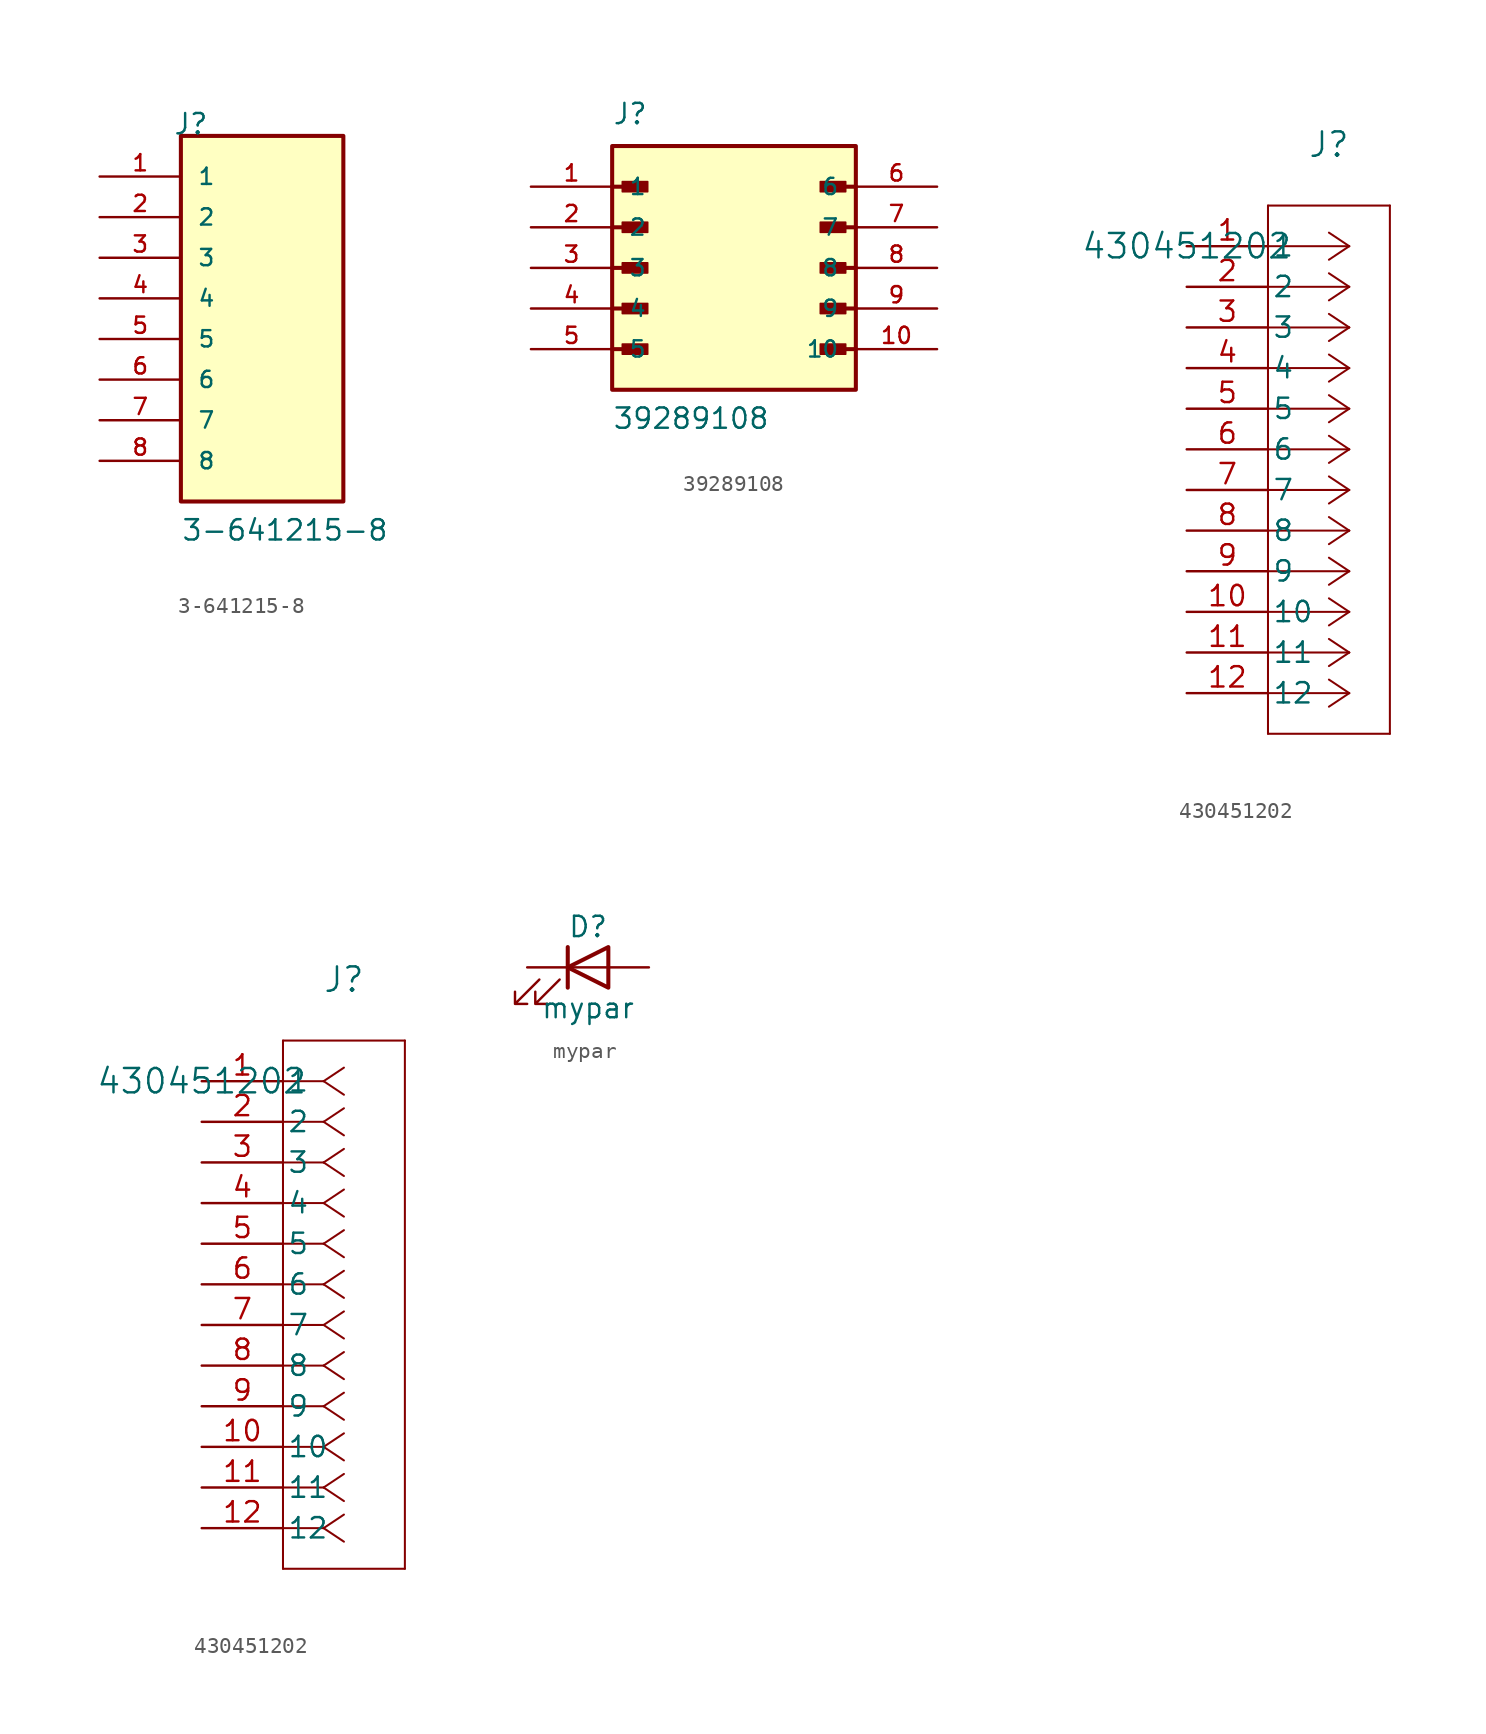
<source format=kicad_sym>
(kicad_symbol_lib
  (version 20241209)
  (generator "kicad_symbol_editor")
  (generator_version "9.0")
  (symbol "3-641215-8"
    (pin_names
      (offset 1.016))
    (property "Reference" "J"
      (at -5.58 12.7 0)
      (effects (font (size 1.27 1.27)) (justify left bottom)))
    (property "Value" "3-641215-8"
      (at -5.08 -12.7 0)
      (effects (font (size 1.27 1.27)) (justify left bottom)))
    (symbol "3-641215-8_0_0"
      (rectangle (start -5.08 -10.16) (end 5.08 12.7) (stroke (width 0.254) (type default)) (fill (type background)))
      (pin passive line (at -10.16 10.16 0) (length 5.08) (name "1" (effects (font (size 1.016 1.016)))) (number "1" (effects (font (size 1.016 1.016)))))
      (pin passive line (at -10.16 7.62 0) (length 5.08) (name "2" (effects (font (size 1.016 1.016)))) (number "2" (effects (font (size 1.016 1.016)))))
      (pin passive line (at -10.16 5.08 0) (length 5.08) (name "3" (effects (font (size 1.016 1.016)))) (number "3" (effects (font (size 1.016 1.016)))))
      (pin passive line (at -10.16 2.54 0) (length 5.08) (name "4" (effects (font (size 1.016 1.016)))) (number "4" (effects (font (size 1.016 1.016)))))
      (pin passive line (at -10.16 0 0) (length 5.08) (name "5" (effects (font (size 1.016 1.016)))) (number "5" (effects (font (size 1.016 1.016)))))
      (pin passive line (at -10.16 -2.54 0) (length 5.08) (name "6" (effects (font (size 1.016 1.016)))) (number "6" (effects (font (size 1.016 1.016)))))
      (pin passive line (at -10.16 -5.08 0) (length 5.08) (name "7" (effects (font (size 1.016 1.016)))) (number "7" (effects (font (size 1.016 1.016)))))
      (pin passive line (at -10.16 -7.62 0) (length 5.08) (name "8" (effects (font (size 1.016 1.016)))) (number "8" (effects (font (size 1.016 1.016)))))))
  (symbol "39289108"
    (pin_names
      (offset 1.016))
    (property "Reference" "J"
      (at -7.62 8.89 0)
      (effects (font (size 1.27 1.27)) (justify left bottom)))
    (property "Value" "39289108"
      (at -7.62 -10.16 0)
      (effects (font (size 1.27 1.27)) (justify left bottom)))
    (symbol "39289108_0_0"
      (polyline (pts (xy -7.62 5.08) (xy -5.715 5.08)) (stroke (width 0.254) (type default)) (fill (type none)))
      (polyline (pts (xy -7.62 2.54) (xy -5.715 2.54)) (stroke (width 0.254) (type default)) (fill (type none)))
      (polyline (pts (xy -7.62 0) (xy -5.715 0)) (stroke (width 0.254) (type default)) (fill (type none)))
      (polyline (pts (xy -7.62 -2.54) (xy -5.715 -2.54)) (stroke (width 0.254) (type default)) (fill (type none)))
      (polyline (pts (xy -7.62 -5.08) (xy -5.715 -5.08)) (stroke (width 0.254) (type default)) (fill (type none)))
      (rectangle (start -7.62 -7.62) (end 7.62 7.62) (stroke (width 0.254) (type default)) (fill (type background)))
      (rectangle (start -6.985 4.763) (end -5.397 5.397) (stroke (width 0.1) (type default)) (fill (type outline)))
      (rectangle (start -6.985 2.223) (end -5.397 2.857) (stroke (width 0.1) (type default)) (fill (type outline)))
      (rectangle (start -6.985 -0.318) (end -5.397 0.318) (stroke (width 0.1) (type default)) (fill (type outline)))
      (rectangle (start -6.985 -2.857) (end -5.397 -2.223) (stroke (width 0.1) (type default)) (fill (type outline)))
      (rectangle (start -6.985 -5.397) (end -5.397 -4.763) (stroke (width 0.1) (type default)) (fill (type outline)))
      (rectangle (start 5.397 4.763) (end 6.985 5.397) (stroke (width 0.1) (type default)) (fill (type outline)))
      (rectangle (start 5.397 2.223) (end 6.985 2.857) (stroke (width 0.1) (type default)) (fill (type outline)))
      (rectangle (start 5.397 -0.318) (end 6.985 0.318) (stroke (width 0.1) (type default)) (fill (type outline)))
      (rectangle (start 5.397 -2.857) (end 6.985 -2.223) (stroke (width 0.1) (type default)) (fill (type outline)))
      (rectangle (start 5.397 -5.397) (end 6.985 -4.763) (stroke (width 0.1) (type default)) (fill (type outline)))
      (polyline (pts (xy 7.62 5.08) (xy 5.715 5.08)) (stroke (width 0.254) (type default)) (fill (type none)))
      (polyline (pts (xy 7.62 2.54) (xy 5.715 2.54)) (stroke (width 0.254) (type default)) (fill (type none)))
      (polyline (pts (xy 7.62 0) (xy 5.715 0)) (stroke (width 0.254) (type default)) (fill (type none)))
      (polyline (pts (xy 7.62 -2.54) (xy 5.715 -2.54)) (stroke (width 0.254) (type default)) (fill (type none)))
      (polyline (pts (xy 7.62 -5.08) (xy 5.715 -5.08)) (stroke (width 0.254) (type default)) (fill (type none)))
      (pin passive line (at -12.7 5.08 0) (length 5.08) (name "1" (effects (font (size 1.016 1.016)))) (number "1" (effects (font (size 1.016 1.016)))))
      (pin passive line (at -12.7 2.54 0) (length 5.08) (name "2" (effects (font (size 1.016 1.016)))) (number "2" (effects (font (size 1.016 1.016)))))
      (pin passive line (at -12.7 0 0) (length 5.08) (name "3" (effects (font (size 1.016 1.016)))) (number "3" (effects (font (size 1.016 1.016)))))
      (pin passive line (at -12.7 -2.54 0) (length 5.08) (name "4" (effects (font (size 1.016 1.016)))) (number "4" (effects (font (size 1.016 1.016)))))
      (pin passive line (at -12.7 -5.08 0) (length 5.08) (name "5" (effects (font (size 1.016 1.016)))) (number "5" (effects (font (size 1.016 1.016)))))
      (pin passive line (at 12.7 5.08 180) (length 5.08) (name "6" (effects (font (size 1.016 1.016)))) (number "6" (effects (font (size 1.016 1.016)))))
      (pin passive line (at 12.7 2.54 180) (length 5.08) (name "7" (effects (font (size 1.016 1.016)))) (number "7" (effects (font (size 1.016 1.016)))))
      (pin passive line (at 12.7 0 180) (length 5.08) (name "8" (effects (font (size 1.016 1.016)))) (number "8" (effects (font (size 1.016 1.016)))))
      (pin passive line (at 12.7 -2.54 180) (length 5.08) (name "9" (effects (font (size 1.016 1.016)))) (number "9" (effects (font (size 1.016 1.016)))))
      (pin passive line (at 12.7 -5.08 180) (length 5.08) (name "10" (effects (font (size 1.016 1.016)))) (number "10" (effects (font (size 1.016 1.016)))))))
  (symbol "430451202"
    (pin_names
      (offset 0.254))
    (property "Reference" "J"
      (at 8.89 6.35 0)
      (effects (font (size 1.524 1.524))))
    (property "Value" "430451202"
      (at 0 0 0)
      (effects (font (size 1.524 1.524))))
    (symbol "430451202_1_1"
      (polyline (pts (xy 5.08 2.54) (xy 5.08 -30.48)) (stroke (width 0.127) (type default)) (fill (type none)))
      (polyline (pts (xy 5.08 -30.48) (xy 12.7 -30.48)) (stroke (width 0.127) (type default)) (fill (type none)))
      (polyline (pts (xy 10.16 0) (xy 5.08 0)) (stroke (width 0.127) (type default)) (fill (type none)))
      (polyline (pts (xy 10.16 0) (xy 8.89 0.847)) (stroke (width 0.127) (type default)) (fill (type none)))
      (polyline (pts (xy 10.16 0) (xy 8.89 -0.847)) (stroke (width 0.127) (type default)) (fill (type none)))
      (polyline (pts (xy 10.16 -2.54) (xy 5.08 -2.54)) (stroke (width 0.127) (type default)) (fill (type none)))
      (polyline (pts (xy 10.16 -2.54) (xy 8.89 -1.693)) (stroke (width 0.127) (type default)) (fill (type none)))
      (polyline (pts (xy 10.16 -2.54) (xy 8.89 -3.387)) (stroke (width 0.127) (type default)) (fill (type none)))
      (polyline (pts (xy 10.16 -5.08) (xy 5.08 -5.08)) (stroke (width 0.127) (type default)) (fill (type none)))
      (polyline (pts (xy 10.16 -5.08) (xy 8.89 -4.233)) (stroke (width 0.127) (type default)) (fill (type none)))
      (polyline (pts (xy 10.16 -5.08) (xy 8.89 -5.927)) (stroke (width 0.127) (type default)) (fill (type none)))
      (polyline (pts (xy 10.16 -7.62) (xy 5.08 -7.62)) (stroke (width 0.127) (type default)) (fill (type none)))
      (polyline (pts (xy 10.16 -7.62) (xy 8.89 -6.773)) (stroke (width 0.127) (type default)) (fill (type none)))
      (polyline (pts (xy 10.16 -7.62) (xy 8.89 -8.467)) (stroke (width 0.127) (type default)) (fill (type none)))
      (polyline (pts (xy 10.16 -10.16) (xy 5.08 -10.16)) (stroke (width 0.127) (type default)) (fill (type none)))
      (polyline (pts (xy 10.16 -10.16) (xy 8.89 -9.313)) (stroke (width 0.127) (type default)) (fill (type none)))
      (polyline (pts (xy 10.16 -10.16) (xy 8.89 -11.007)) (stroke (width 0.127) (type default)) (fill (type none)))
      (polyline (pts (xy 10.16 -12.7) (xy 5.08 -12.7)) (stroke (width 0.127) (type default)) (fill (type none)))
      (polyline (pts (xy 10.16 -12.7) (xy 8.89 -11.853)) (stroke (width 0.127) (type default)) (fill (type none)))
      (polyline (pts (xy 10.16 -12.7) (xy 8.89 -13.547)) (stroke (width 0.127) (type default)) (fill (type none)))
      (polyline (pts (xy 10.16 -15.24) (xy 5.08 -15.24)) (stroke (width 0.127) (type default)) (fill (type none)))
      (polyline (pts (xy 10.16 -15.24) (xy 8.89 -14.393)) (stroke (width 0.127) (type default)) (fill (type none)))
      (polyline (pts (xy 10.16 -15.24) (xy 8.89 -16.087)) (stroke (width 0.127) (type default)) (fill (type none)))
      (polyline (pts (xy 10.16 -17.78) (xy 5.08 -17.78)) (stroke (width 0.127) (type default)) (fill (type none)))
      (polyline (pts (xy 10.16 -17.78) (xy 8.89 -16.933)) (stroke (width 0.127) (type default)) (fill (type none)))
      (polyline (pts (xy 10.16 -17.78) (xy 8.89 -18.627)) (stroke (width 0.127) (type default)) (fill (type none)))
      (polyline (pts (xy 10.16 -20.32) (xy 5.08 -20.32)) (stroke (width 0.127) (type default)) (fill (type none)))
      (polyline (pts (xy 10.16 -20.32) (xy 8.89 -19.473)) (stroke (width 0.127) (type default)) (fill (type none)))
      (polyline (pts (xy 10.16 -20.32) (xy 8.89 -21.167)) (stroke (width 0.127) (type default)) (fill (type none)))
      (polyline (pts (xy 10.16 -22.86) (xy 5.08 -22.86)) (stroke (width 0.127) (type default)) (fill (type none)))
      (polyline (pts (xy 10.16 -22.86) (xy 8.89 -22.013)) (stroke (width 0.127) (type default)) (fill (type none)))
      (polyline (pts (xy 10.16 -22.86) (xy 8.89 -23.707)) (stroke (width 0.127) (type default)) (fill (type none)))
      (polyline (pts (xy 10.16 -25.4) (xy 5.08 -25.4)) (stroke (width 0.127) (type default)) (fill (type none)))
      (polyline (pts (xy 10.16 -25.4) (xy 8.89 -24.553)) (stroke (width 0.127) (type default)) (fill (type none)))
      (polyline (pts (xy 10.16 -25.4) (xy 8.89 -26.247)) (stroke (width 0.127) (type default)) (fill (type none)))
      (polyline (pts (xy 10.16 -27.94) (xy 5.08 -27.94)) (stroke (width 0.127) (type default)) (fill (type none)))
      (polyline (pts (xy 10.16 -27.94) (xy 8.89 -27.093)) (stroke (width 0.127) (type default)) (fill (type none)))
      (polyline (pts (xy 10.16 -27.94) (xy 8.89 -28.787)) (stroke (width 0.127) (type default)) (fill (type none)))
      (polyline (pts (xy 12.7 2.54) (xy 5.08 2.54)) (stroke (width 0.127) (type default)) (fill (type none)))
      (polyline (pts (xy 12.7 -30.48) (xy 12.7 2.54)) (stroke (width 0.127) (type default)) (fill (type none)))
      (pin unspecified line (at 0 0 0) (length 5.08) (name "1" (effects (font (size 1.27 1.27)))) (number "1" (effects (font (size 1.27 1.27)))))
      (pin unspecified line (at 0 -2.54 0) (length 5.08) (name "2" (effects (font (size 1.27 1.27)))) (number "2" (effects (font (size 1.27 1.27)))))
      (pin unspecified line (at 0 -5.08 0) (length 5.08) (name "3" (effects (font (size 1.27 1.27)))) (number "3" (effects (font (size 1.27 1.27)))))
      (pin unspecified line (at 0 -7.62 0) (length 5.08) (name "4" (effects (font (size 1.27 1.27)))) (number "4" (effects (font (size 1.27 1.27)))))
      (pin unspecified line (at 0 -10.16 0) (length 5.08) (name "5" (effects (font (size 1.27 1.27)))) (number "5" (effects (font (size 1.27 1.27)))))
      (pin unspecified line (at 0 -12.7 0) (length 5.08) (name "6" (effects (font (size 1.27 1.27)))) (number "6" (effects (font (size 1.27 1.27)))))
      (pin unspecified line (at 0 -15.24 0) (length 5.08) (name "7" (effects (font (size 1.27 1.27)))) (number "7" (effects (font (size 1.27 1.27)))))
      (pin unspecified line (at 0 -17.78 0) (length 5.08) (name "8" (effects (font (size 1.27 1.27)))) (number "8" (effects (font (size 1.27 1.27)))))
      (pin unspecified line (at 0 -20.32 0) (length 5.08) (name "9" (effects (font (size 1.27 1.27)))) (number "9" (effects (font (size 1.27 1.27)))))
      (pin unspecified line (at 0 -22.86 0) (length 5.08) (name "10" (effects (font (size 1.27 1.27)))) (number "10" (effects (font (size 1.27 1.27)))))
      (pin unspecified line (at 0 -25.4 0) (length 5.08) (name "11" (effects (font (size 1.27 1.27)))) (number "11" (effects (font (size 1.27 1.27)))))
      (pin unspecified line (at 0 -27.94 0) (length 5.08) (name "12" (effects (font (size 1.27 1.27)))) (number "12" (effects (font (size 1.27 1.27))))))
    (symbol "430451202_1_2"
      (polyline (pts (xy 5.08 2.54) (xy 5.08 -30.48)) (stroke (width 0.127) (type default)) (fill (type none)))
      (polyline (pts (xy 5.08 -30.48) (xy 12.7 -30.48)) (stroke (width 0.127) (type default)) (fill (type none)))
      (polyline (pts (xy 7.62 0) (xy 5.08 0)) (stroke (width 0.127) (type default)) (fill (type none)))
      (polyline (pts (xy 7.62 0) (xy 8.89 0.847)) (stroke (width 0.127) (type default)) (fill (type none)))
      (polyline (pts (xy 7.62 0) (xy 8.89 -0.847)) (stroke (width 0.127) (type default)) (fill (type none)))
      (polyline (pts (xy 7.62 -2.54) (xy 5.08 -2.54)) (stroke (width 0.127) (type default)) (fill (type none)))
      (polyline (pts (xy 7.62 -2.54) (xy 8.89 -1.693)) (stroke (width 0.127) (type default)) (fill (type none)))
      (polyline (pts (xy 7.62 -2.54) (xy 8.89 -3.387)) (stroke (width 0.127) (type default)) (fill (type none)))
      (polyline (pts (xy 7.62 -5.08) (xy 5.08 -5.08)) (stroke (width 0.127) (type default)) (fill (type none)))
      (polyline (pts (xy 7.62 -5.08) (xy 8.89 -4.233)) (stroke (width 0.127) (type default)) (fill (type none)))
      (polyline (pts (xy 7.62 -5.08) (xy 8.89 -5.927)) (stroke (width 0.127) (type default)) (fill (type none)))
      (polyline (pts (xy 7.62 -7.62) (xy 5.08 -7.62)) (stroke (width 0.127) (type default)) (fill (type none)))
      (polyline (pts (xy 7.62 -7.62) (xy 8.89 -6.773)) (stroke (width 0.127) (type default)) (fill (type none)))
      (polyline (pts (xy 7.62 -7.62) (xy 8.89 -8.467)) (stroke (width 0.127) (type default)) (fill (type none)))
      (polyline (pts (xy 7.62 -10.16) (xy 5.08 -10.16)) (stroke (width 0.127) (type default)) (fill (type none)))
      (polyline (pts (xy 7.62 -10.16) (xy 8.89 -9.313)) (stroke (width 0.127) (type default)) (fill (type none)))
      (polyline (pts (xy 7.62 -10.16) (xy 8.89 -11.007)) (stroke (width 0.127) (type default)) (fill (type none)))
      (polyline (pts (xy 7.62 -12.7) (xy 5.08 -12.7)) (stroke (width 0.127) (type default)) (fill (type none)))
      (polyline (pts (xy 7.62 -12.7) (xy 8.89 -11.853)) (stroke (width 0.127) (type default)) (fill (type none)))
      (polyline (pts (xy 7.62 -12.7) (xy 8.89 -13.547)) (stroke (width 0.127) (type default)) (fill (type none)))
      (polyline (pts (xy 7.62 -15.24) (xy 5.08 -15.24)) (stroke (width 0.127) (type default)) (fill (type none)))
      (polyline (pts (xy 7.62 -15.24) (xy 8.89 -14.393)) (stroke (width 0.127) (type default)) (fill (type none)))
      (polyline (pts (xy 7.62 -15.24) (xy 8.89 -16.087)) (stroke (width 0.127) (type default)) (fill (type none)))
      (polyline (pts (xy 7.62 -17.78) (xy 5.08 -17.78)) (stroke (width 0.127) (type default)) (fill (type none)))
      (polyline (pts (xy 7.62 -17.78) (xy 8.89 -16.933)) (stroke (width 0.127) (type default)) (fill (type none)))
      (polyline (pts (xy 7.62 -17.78) (xy 8.89 -18.627)) (stroke (width 0.127) (type default)) (fill (type none)))
      (polyline (pts (xy 7.62 -20.32) (xy 5.08 -20.32)) (stroke (width 0.127) (type default)) (fill (type none)))
      (polyline (pts (xy 7.62 -20.32) (xy 8.89 -19.473)) (stroke (width 0.127) (type default)) (fill (type none)))
      (polyline (pts (xy 7.62 -20.32) (xy 8.89 -21.167)) (stroke (width 0.127) (type default)) (fill (type none)))
      (polyline (pts (xy 7.62 -22.86) (xy 5.08 -22.86)) (stroke (width 0.127) (type default)) (fill (type none)))
      (polyline (pts (xy 7.62 -22.86) (xy 8.89 -22.013)) (stroke (width 0.127) (type default)) (fill (type none)))
      (polyline (pts (xy 7.62 -22.86) (xy 8.89 -23.707)) (stroke (width 0.127) (type default)) (fill (type none)))
      (polyline (pts (xy 7.62 -25.4) (xy 5.08 -25.4)) (stroke (width 0.127) (type default)) (fill (type none)))
      (polyline (pts (xy 7.62 -25.4) (xy 8.89 -24.553)) (stroke (width 0.127) (type default)) (fill (type none)))
      (polyline (pts (xy 7.62 -25.4) (xy 8.89 -26.247)) (stroke (width 0.127) (type default)) (fill (type none)))
      (polyline (pts (xy 7.62 -27.94) (xy 5.08 -27.94)) (stroke (width 0.127) (type default)) (fill (type none)))
      (polyline (pts (xy 7.62 -27.94) (xy 8.89 -27.093)) (stroke (width 0.127) (type default)) (fill (type none)))
      (polyline (pts (xy 7.62 -27.94) (xy 8.89 -28.787)) (stroke (width 0.127) (type default)) (fill (type none)))
      (polyline (pts (xy 12.7 2.54) (xy 5.08 2.54)) (stroke (width 0.127) (type default)) (fill (type none)))
      (polyline (pts (xy 12.7 -30.48) (xy 12.7 2.54)) (stroke (width 0.127) (type default)) (fill (type none)))
      (pin unspecified line (at 0 0 0) (length 5.08) (name "1" (effects (font (size 1.27 1.27)))) (number "1" (effects (font (size 1.27 1.27)))))
      (pin unspecified line (at 0 -2.54 0) (length 5.08) (name "2" (effects (font (size 1.27 1.27)))) (number "2" (effects (font (size 1.27 1.27)))))
      (pin unspecified line (at 0 -5.08 0) (length 5.08) (name "3" (effects (font (size 1.27 1.27)))) (number "3" (effects (font (size 1.27 1.27)))))
      (pin unspecified line (at 0 -7.62 0) (length 5.08) (name "4" (effects (font (size 1.27 1.27)))) (number "4" (effects (font (size 1.27 1.27)))))
      (pin unspecified line (at 0 -10.16 0) (length 5.08) (name "5" (effects (font (size 1.27 1.27)))) (number "5" (effects (font (size 1.27 1.27)))))
      (pin unspecified line (at 0 -12.7 0) (length 5.08) (name "6" (effects (font (size 1.27 1.27)))) (number "6" (effects (font (size 1.27 1.27)))))
      (pin unspecified line (at 0 -15.24 0) (length 5.08) (name "7" (effects (font (size 1.27 1.27)))) (number "7" (effects (font (size 1.27 1.27)))))
      (pin unspecified line (at 0 -17.78 0) (length 5.08) (name "8" (effects (font (size 1.27 1.27)))) (number "8" (effects (font (size 1.27 1.27)))))
      (pin unspecified line (at 0 -20.32 0) (length 5.08) (name "9" (effects (font (size 1.27 1.27)))) (number "9" (effects (font (size 1.27 1.27)))))
      (pin unspecified line (at 0 -22.86 0) (length 5.08) (name "10" (effects (font (size 1.27 1.27)))) (number "10" (effects (font (size 1.27 1.27)))))
      (pin unspecified line (at 0 -25.4 0) (length 5.08) (name "11" (effects (font (size 1.27 1.27)))) (number "11" (effects (font (size 1.27 1.27)))))
      (pin unspecified line (at 0 -27.94 0) (length 5.08) (name "12" (effects (font (size 1.27 1.27)))) (number "12" (effects (font (size 1.27 1.27)))))))
  (symbol "mypar"
    (pin_numbers
      (hide yes))
    (pin_names
      (offset 1.016)
      (hide yes))
    (property "Reference" "D"
      (at 0 2.54 0)
      (effects (font (size 1.27 1.27))))
    (property "Value" "mypar"
      (at 0 -2.54 0)
      (effects (font (size 1.27 1.27))))
    (symbol "mypar_0_1"
      (polyline (pts (xy -3.048 -0.762) (xy -4.572 -2.286) (xy -3.81 -2.286) (xy -4.572 -2.286) (xy -4.572 -1.524)) (stroke (width 0) (type default)) (fill (type none)))
      (polyline (pts (xy -1.778 -0.762) (xy -3.302 -2.286) (xy -2.54 -2.286) (xy -3.302 -2.286) (xy -3.302 -1.524)) (stroke (width 0) (type default)) (fill (type none)))
      (polyline (pts (xy -1.27 0) (xy 1.27 0)) (stroke (width 0) (type default)) (fill (type none)))
      (polyline (pts (xy -1.27 -1.27) (xy -1.27 1.27)) (stroke (width 0.254) (type default)) (fill (type none)))
      (polyline (pts (xy 1.27 -1.27) (xy 1.27 1.27) (xy -1.27 0) (xy 1.27 -1.27)) (stroke (width 0.254) (type default)) (fill (type none))))
    (symbol "mypar_1_1"
      (pin passive line (at -3.81 0 0) (length 2.54) (name "K" (effects (font (size 1.27 1.27)))) (number "1" (effects (font (size 1.27 1.27)))))
      (pin passive line (at 3.81 0 180) (length 2.54) (name "A" (effects (font (size 1.27 1.27)))) (number "2" (effects (font (size 1.27 1.27))))))))
</source>
